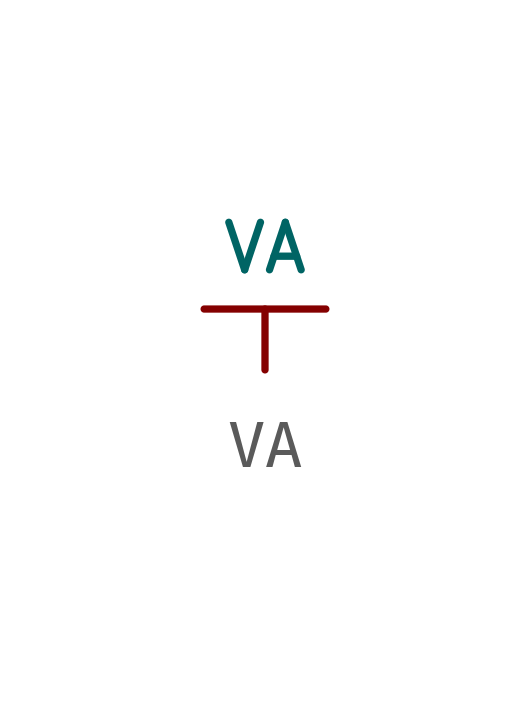
<source format=kicad_sym>
(kicad_symbol_lib
  (version 20220914)
  (generator kicad_symbol_editor)
  (symbol "VA"
    (power)
    (pin_numbers hide)
    (pin_names
      (offset 0) hide)
    (property "Reference" "#PWR"
      (at 0 -2.54 0)
      (effects (font (size 1.524 1.524)) hide))
    (property "Value" "VA"
      (at 0 1.27 0)
      (effects (font (size 0.991 0.991))))
    (property "Footprint" ""
      (at 0 0 0)
      (effects (font (size 1.524 1.524))))
    (property "Datasheet" ""
      (at 0 0 0)
      (effects (font (size 1.524 1.524))))
    (symbol "VA_0_1"
      (polyline (pts (xy -1.27 0) (xy 1.27 0)) (stroke (width 0) (type default)) (fill (type none))))
    (symbol "VA_1_1"
      (pin power_in line (at 0 -1.27 90) (length 1.27) (name "VA" (effects (font (size 1.27 1.27)))) (number "1" (effects (font (size 1.27 1.27))))))))
</source>
